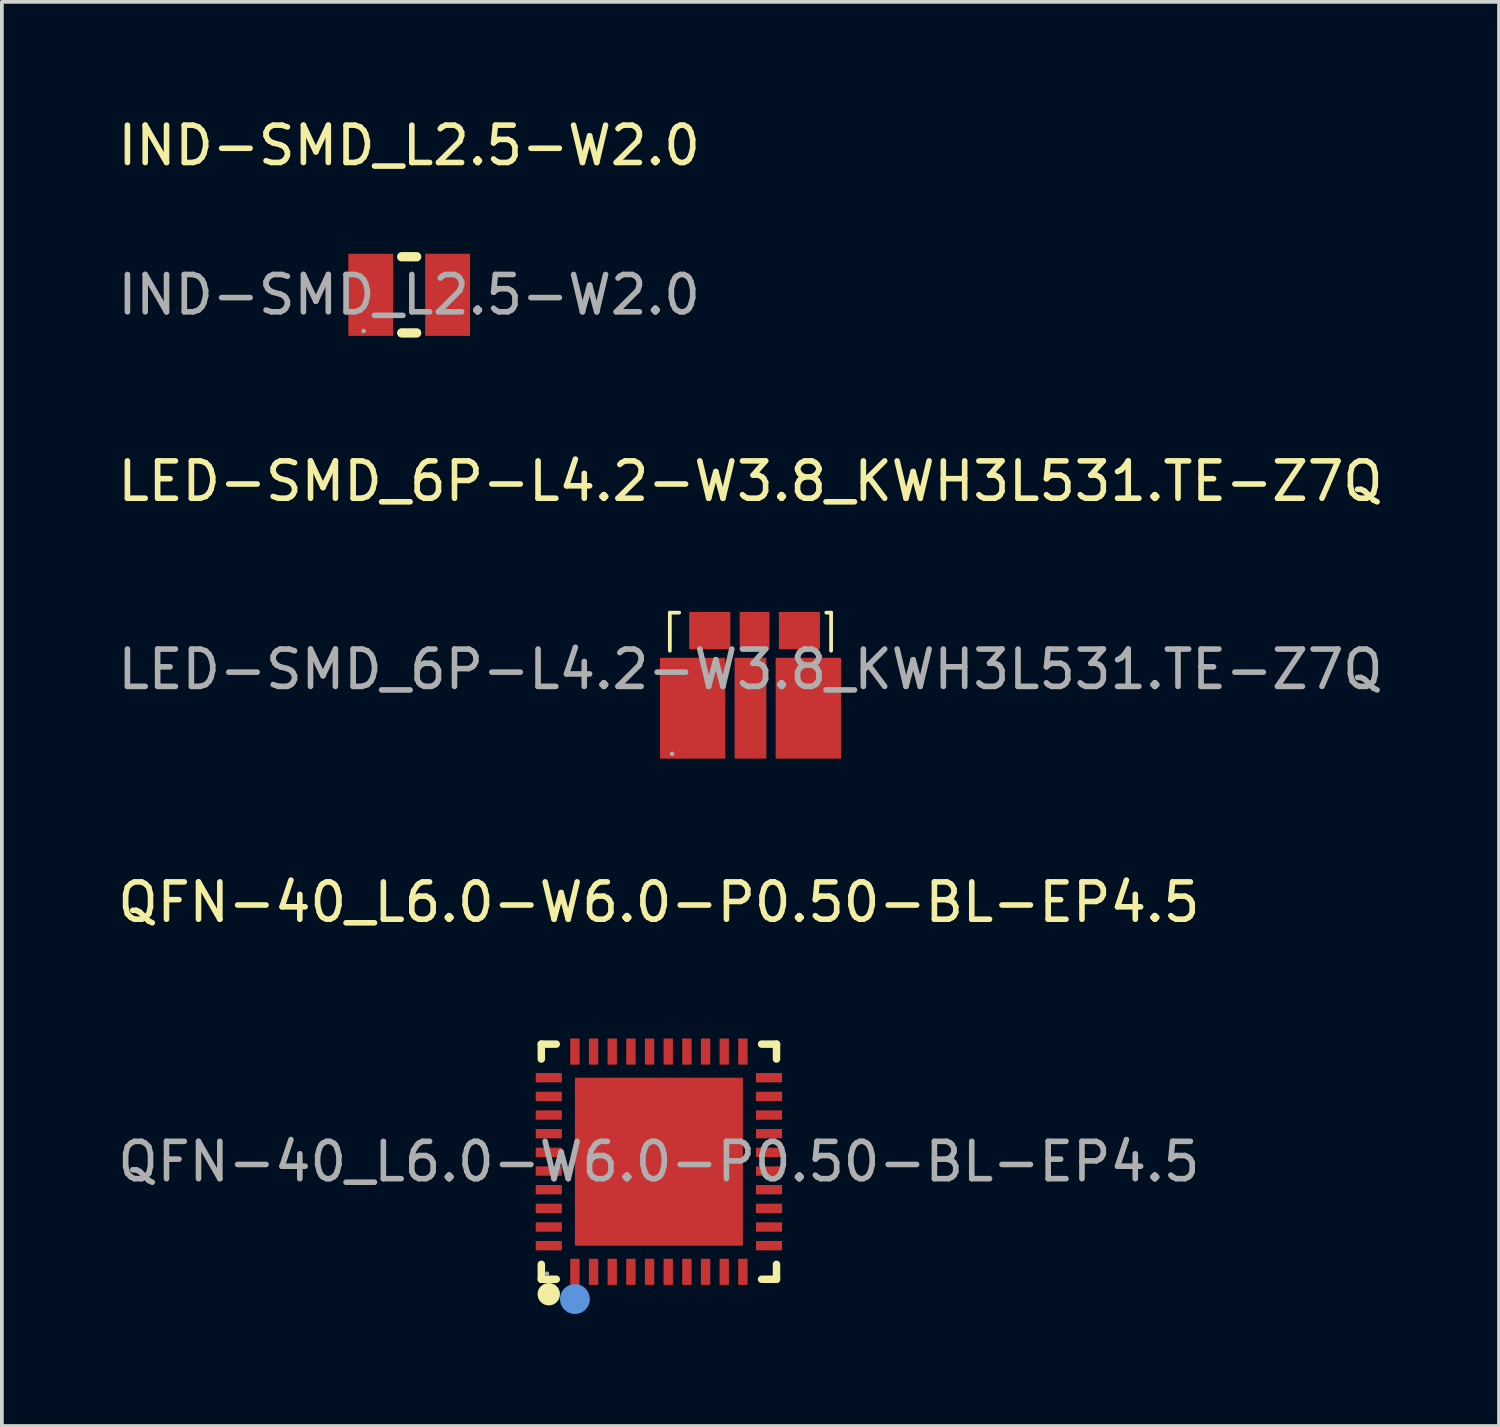
<source format=kicad_pcb>
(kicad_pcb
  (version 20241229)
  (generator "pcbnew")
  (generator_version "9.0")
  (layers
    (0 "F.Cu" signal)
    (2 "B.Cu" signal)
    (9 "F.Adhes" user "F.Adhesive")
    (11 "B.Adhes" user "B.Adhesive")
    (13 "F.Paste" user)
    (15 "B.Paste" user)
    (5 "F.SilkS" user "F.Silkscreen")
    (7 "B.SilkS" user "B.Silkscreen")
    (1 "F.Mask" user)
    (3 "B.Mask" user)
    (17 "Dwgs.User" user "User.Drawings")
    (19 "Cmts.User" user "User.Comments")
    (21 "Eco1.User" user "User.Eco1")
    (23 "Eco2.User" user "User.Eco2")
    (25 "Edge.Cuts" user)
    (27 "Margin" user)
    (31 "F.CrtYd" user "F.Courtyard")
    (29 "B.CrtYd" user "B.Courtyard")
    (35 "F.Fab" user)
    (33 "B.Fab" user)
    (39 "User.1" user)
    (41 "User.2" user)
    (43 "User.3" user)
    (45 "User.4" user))
  (footprint "QFN-40_L6.0-W6.0-P0.50-BL-EP4.5"
    (layer "F.Cu")
    (at 14.601 28.07)
    (property "Reference" "QFN-40_L6.0-W6.0-P0.50-BL-EP4.5" (at 0 -6.95 0) (layer "F.SilkS") (effects (font (size 1 1) (thickness 0.15))))
    (attr smd)
    (fp_line (start -3.15 -3.15) (end -2.75 -3.15) (stroke (width 0.2) (type solid)) (layer "F.SilkS"))
    (fp_line (start -3.15 -2.75) (end -3.15 -3.15) (stroke (width 0.2) (type solid)) (layer "F.SilkS"))
    (fp_line (start -3.15 3.15) (end -3.15 2.75) (stroke (width 0.2) (type solid)) (layer "F.SilkS"))
    (fp_line (start -2.75 3.15) (end -3.15 3.15) (stroke (width 0.2) (type solid)) (layer "F.SilkS"))
    (fp_line (start 3.15 -3.15) (end 2.75 -3.15) (stroke (width 0.2) (type solid)) (layer "F.SilkS"))
    (fp_line (start 3.15 -2.75) (end 3.15 -3.15) (stroke (width 0.2) (type solid)) (layer "F.SilkS"))
    (fp_line (start 3.15 2.75) (end 3.15 3.15) (stroke (width 0.2) (type solid)) (layer "F.SilkS"))
    (fp_line (start 3.15 3.15) (end 2.75 3.15) (stroke (width 0.2) (type solid)) (layer "F.SilkS"))
    (fp_arc (start -2.95 3.55) (mid -2.95 3.55) (end -2.95 3.55) (stroke (width 0.3) (type solid)) (layer "F.SilkS"))
    (fp_circle (center -2.25 3.68) (end -2.05 3.68) (stroke (width 0.4) (type solid)) (fill no) (layer "Cmts.User"))
    (fp_circle (center -3 3) (end -2.97 3) (stroke (width 0.06) (type solid)) (fill no) (layer "F.Fab"))
    (fp_text user "${REFERENCE}" (at 0 0 0) (layer "F.Fab") (effects (font (size 1 1) (thickness 0.15))))
    (pad "1" smd rect (at -2.25 2.95 180) (size 0.25 0.7) (layers "F.Cu" "F.Mask" "F.Paste"))
    (pad "2" smd rect (at -1.75 2.95 180) (size 0.25 0.7) (layers "F.Cu" "F.Mask" "F.Paste"))
    (pad "3" smd rect (at -1.25 2.95 180) (size 0.25 0.7) (layers "F.Cu" "F.Mask" "F.Paste"))
    (pad "4" smd rect (at -0.75 2.95 180) (size 0.25 0.7) (layers "F.Cu" "F.Mask" "F.Paste"))
    (pad "5" smd rect (at -0.25 2.95 180) (size 0.25 0.7) (layers "F.Cu" "F.Mask" "F.Paste"))
    (pad "6" smd rect (at 0.25 2.95 180) (size 0.25 0.7) (layers "F.Cu" "F.Mask" "F.Paste"))
    (pad "7" smd rect (at 0.75 2.95 180) (size 0.25 0.7) (layers "F.Cu" "F.Mask" "F.Paste"))
    (pad "8" smd rect (at 1.25 2.95 180) (size 0.25 0.7) (layers "F.Cu" "F.Mask" "F.Paste"))
    (pad "9" smd rect (at 1.75 2.95 180) (size 0.25 0.7) (layers "F.Cu" "F.Mask" "F.Paste"))
    (pad "10" smd rect (at 2.25 2.95 180) (size 0.25 0.7) (layers "F.Cu" "F.Mask" "F.Paste"))
    (pad "11" smd rect (at 2.95 2.25 90) (size 0.25 0.7) (layers "F.Cu" "F.Mask" "F.Paste"))
    (pad "12" smd rect (at 2.95 1.75 90) (size 0.25 0.7) (layers "F.Cu" "F.Mask" "F.Paste"))
    (pad "13" smd rect (at 2.95 1.25 90) (size 0.25 0.7) (layers "F.Cu" "F.Mask" "F.Paste"))
    (pad "14" smd rect (at 2.95 0.75 90) (size 0.25 0.7) (layers "F.Cu" "F.Mask" "F.Paste"))
    (pad "15" smd rect (at 2.95 0.25 90) (size 0.25 0.7) (layers "F.Cu" "F.Mask" "F.Paste"))
    (pad "16" smd rect (at 2.95 -0.25 90) (size 0.25 0.7) (layers "F.Cu" "F.Mask" "F.Paste"))
    (pad "17" smd rect (at 2.95 -0.75 90) (size 0.25 0.7) (layers "F.Cu" "F.Mask" "F.Paste"))
    (pad "18" smd rect (at 2.95 -1.25 90) (size 0.25 0.7) (layers "F.Cu" "F.Mask" "F.Paste"))
    (pad "19" smd rect (at 2.95 -1.75 90) (size 0.25 0.7) (layers "F.Cu" "F.Mask" "F.Paste"))
    (pad "20" smd rect (at 2.95 -2.25 90) (size 0.25 0.7) (layers "F.Cu" "F.Mask" "F.Paste"))
    (pad "21" smd rect (at 2.25 -2.95 180) (size 0.25 0.7) (layers "F.Cu" "F.Mask" "F.Paste"))
    (pad "22" smd rect (at 1.75 -2.95 180) (size 0.25 0.7) (layers "F.Cu" "F.Mask" "F.Paste"))
    (pad "23" smd rect (at 1.25 -2.95 180) (size 0.25 0.7) (layers "F.Cu" "F.Mask" "F.Paste"))
    (pad "24" smd rect (at 0.75 -2.95 180) (size 0.25 0.7) (layers "F.Cu" "F.Mask" "F.Paste"))
    (pad "25" smd rect (at 0.25 -2.95 180) (size 0.25 0.7) (layers "F.Cu" "F.Mask" "F.Paste"))
    (pad "26" smd rect (at -0.25 -2.95 180) (size 0.25 0.7) (layers "F.Cu" "F.Mask" "F.Paste"))
    (pad "27" smd rect (at -0.75 -2.95 180) (size 0.25 0.7) (layers "F.Cu" "F.Mask" "F.Paste"))
    (pad "28" smd rect (at -1.25 -2.95 180) (size 0.25 0.7) (layers "F.Cu" "F.Mask" "F.Paste"))
    (pad "29" smd rect (at -1.75 -2.95 180) (size 0.25 0.7) (layers "F.Cu" "F.Mask" "F.Paste"))
    (pad "30" smd rect (at -2.25 -2.95 180) (size 0.25 0.7) (layers "F.Cu" "F.Mask" "F.Paste"))
    (pad "31" smd rect (at -2.95 -2.25 90) (size 0.25 0.7) (layers "F.Cu" "F.Mask" "F.Paste"))
    (pad "32" smd rect (at -2.95 -1.75 90) (size 0.25 0.7) (layers "F.Cu" "F.Mask" "F.Paste"))
    (pad "33" smd rect (at -2.95 -1.25 90) (size 0.25 0.7) (layers "F.Cu" "F.Mask" "F.Paste"))
    (pad "34" smd rect (at -2.95 -0.75 90) (size 0.25 0.7) (layers "F.Cu" "F.Mask" "F.Paste"))
    (pad "35" smd rect (at -2.95 -0.25 90) (size 0.25 0.7) (layers "F.Cu" "F.Mask" "F.Paste"))
    (pad "36" smd rect (at -2.95 0.25 90) (size 0.25 0.7) (layers "F.Cu" "F.Mask" "F.Paste"))
    (pad "37" smd rect (at -2.95 0.75 90) (size 0.25 0.7) (layers "F.Cu" "F.Mask" "F.Paste"))
    (pad "38" smd rect (at -2.95 1.25 90) (size 0.25 0.7) (layers "F.Cu" "F.Mask" "F.Paste"))
    (pad "39" smd rect (at -2.95 1.75 90) (size 0.25 0.7) (layers "F.Cu" "F.Mask" "F.Paste"))
    (pad "40" smd rect (at -2.95 2.25 90) (size 0.25 0.7) (layers "F.Cu" "F.Mask" "F.Paste"))
    (pad "41" smd rect (at 0 0 90) (size 4.5 4.5) (layers "F.Cu" "F.Mask" "F.Paste")))
  (footprint "IND-SMD_L2.5-W2.0"
    (layer "F.Cu")
    (at 7.911 4.848)
    (property "Reference" "IND-SMD_L2.5-W2.0" (at 0 -4 0) (layer "F.SilkS") (effects (font (size 1 1) (thickness 0.15))))
    (attr through_hole)
    (fp_line (start -0.2 1.02) (end 0.2 1.02) (stroke (width 0.25) (type solid)) (layer "F.SilkS"))
    (fp_line (start 0.2 -1.02) (end -0.2 -1.02) (stroke (width 0.25) (type solid)) (layer "F.SilkS"))
    (fp_circle (center -1.22 0.97) (end -1.19 0.97) (stroke (width 0.06) (type solid)) (fill no) (layer "F.Fab"))
    (fp_text user "${REFERENCE}" (at 0 0 0) (layer "F.Fab") (effects (font (size 1 1) (thickness 0.15))))
    (pad "1" smd rect (at 1.03 0) (size 1.2 2.2) (layers "F.Cu" "F.Mask" "F.Paste"))
    (pad "2" smd rect (at -1.03 0) (size 1.2 2.2) (layers "F.Cu" "F.Mask" "F.Paste")))
  (footprint "LED-SMD_6P-L4.2-W3.8_KWH3L531.TE-Z7Q"
    (layer "F.Cu")
    (at 17.054 14.882)
    (property "Reference" "LED-SMD_6P-L4.2-W3.8_KWH3L531.TE-Z7Q" (at 0 -5.04 0) (layer "F.SilkS") (effects (font (size 1 1) (thickness 0.15))))
    (attr smd)
    (fp_line (start -2.16 -1.52) (end -2.16 -0.5) (stroke (width 0.1) (type solid)) (layer "F.SilkS"))
    (fp_line (start -1.91 -1.52) (end -2.16 -1.52) (stroke (width 0.1) (type solid)) (layer "F.SilkS"))
    (fp_line (start 2.03 -1.52) (end 2.16 -1.52) (stroke (width 0.1) (type solid)) (layer "F.SilkS"))
    (fp_line (start 2.16 -1.52) (end 2.16 -0.5) (stroke (width 0.1) (type solid)) (layer "F.SilkS"))
    (fp_circle (center -2.1 2.26) (end -2.07 2.26) (stroke (width 0.06) (type solid)) (fill no) (layer "F.Fab"))
    (fp_text user "${REFERENCE}" (at 0 0 0) (layer "F.Fab") (effects (font (size 1 1) (thickness 0.15))))
    (pad "1" smd rect (at -1.55 1.04) (size 1.75 2.7) (layers "F.Cu" "F.Mask" "F.Paste"))
    (pad "2" smd rect (at 0 1.04) (size 0.85 2.7) (layers "F.Cu" "F.Mask" "F.Paste"))
    (pad "3" smd rect (at 1.55 1.04) (size 1.75 2.7) (layers "F.Cu" "F.Mask" "F.Paste"))
    (pad "4" smd rect (at 1.31 -1.04) (size 1.1 1) (layers "F.Cu" "F.Mask" "F.Paste"))
    (pad "5" smd rect (at 0.11 -1.04) (size 0.8 1) (layers "F.Cu" "F.Mask" "F.Paste"))
    (pad "6" smd rect (at -1.09 -1.04) (size 1.1 1) (layers "F.Cu" "F.Mask" "F.Paste")))
  (gr_rect
    (start -3 -3)
    (end 37.107 35.15)
    (stroke (width 0.1) (type default))
    (fill no)
    (layer "Edge.Cuts")))
</source>
